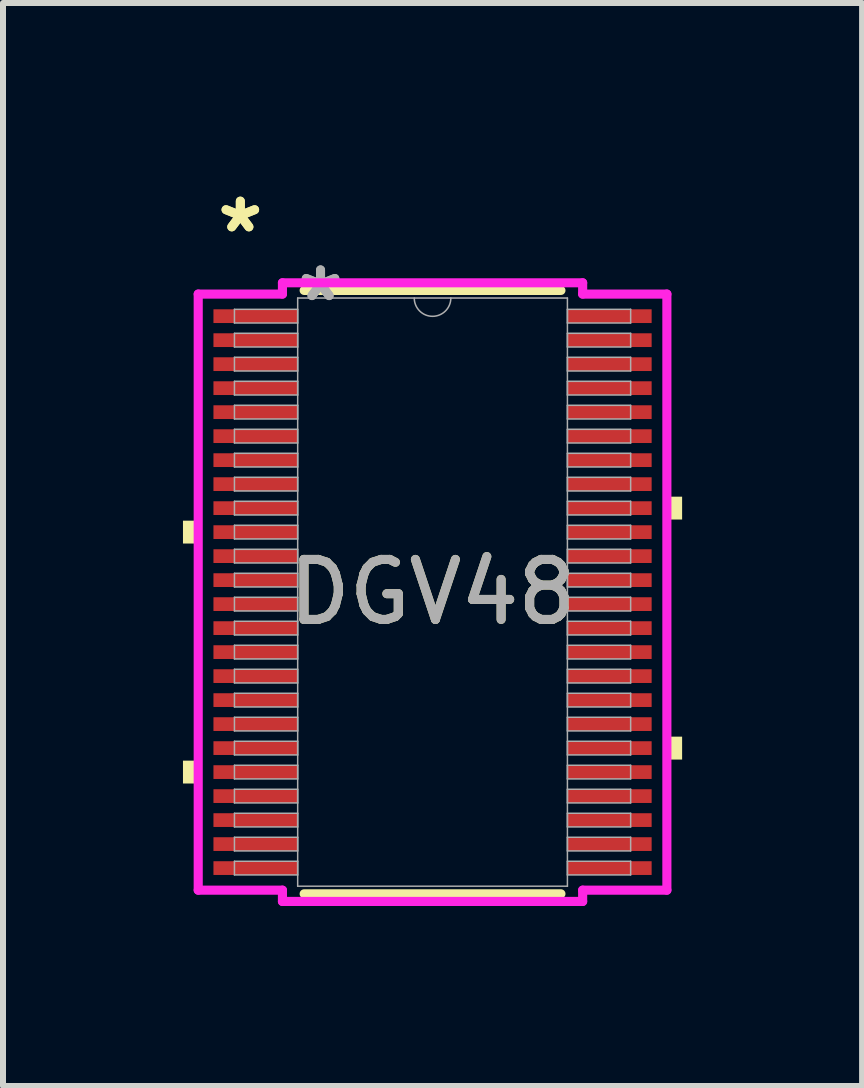
<source format=kicad_pcb>
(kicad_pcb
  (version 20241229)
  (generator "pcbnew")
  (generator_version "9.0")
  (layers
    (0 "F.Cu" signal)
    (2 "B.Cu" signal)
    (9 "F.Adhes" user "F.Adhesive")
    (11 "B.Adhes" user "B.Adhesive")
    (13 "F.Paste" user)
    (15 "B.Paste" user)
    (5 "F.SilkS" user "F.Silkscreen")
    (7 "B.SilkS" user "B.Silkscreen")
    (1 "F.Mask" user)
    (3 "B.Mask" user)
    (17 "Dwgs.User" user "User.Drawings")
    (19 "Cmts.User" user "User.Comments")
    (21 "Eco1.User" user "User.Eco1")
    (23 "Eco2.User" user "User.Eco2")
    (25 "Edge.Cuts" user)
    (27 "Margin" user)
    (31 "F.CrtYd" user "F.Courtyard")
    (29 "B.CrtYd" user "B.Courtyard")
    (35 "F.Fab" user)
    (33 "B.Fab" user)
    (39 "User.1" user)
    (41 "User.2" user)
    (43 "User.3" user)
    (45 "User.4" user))
  (footprint "DGV48"
    (layer "F.Cu")
    (at 4.16 6.82)
    (property "Reference" "DGV48" (at 0 0 0) (unlocked yes) (layer "F.SilkS") (effects (font (size 1 1) (thickness 0.15))))
    (attr smd)
    (fp_line (start -2.14 5.029) (end 2.14 5.029) (stroke (width 0.152) (type solid)) (layer "F.SilkS"))
    (fp_line (start 2.14 -5.029) (end -2.14 -5.029) (stroke (width 0.152) (type solid)) (layer "F.SilkS"))
    (fp_poly (pts (xy -4.16 -1.191) (xy -4.16 -0.81) (xy -3.906 -0.81) (xy -3.906 -1.191)) (stroke (width 0) (type solid)) (fill yes) (layer "F.SilkS"))
    (fp_poly (pts (xy -4.16 2.809) (xy -4.16 3.19) (xy -3.906 3.19) (xy -3.906 2.809)) (stroke (width 0) (type solid)) (fill yes) (layer "F.SilkS"))
    (fp_poly (pts (xy 4.16 -1.591) (xy 4.16 -1.21) (xy 3.906 -1.21) (xy 3.906 -1.591)) (stroke (width 0) (type solid)) (fill yes) (layer "F.SilkS"))
    (fp_poly (pts (xy 4.16 2.409) (xy 4.16 2.791) (xy 3.906 2.791) (xy 3.906 2.409)) (stroke (width 0) (type solid)) (fill yes) (layer "F.SilkS"))
    (fp_line (start -3.906 -4.968) (end -2.502 -4.968) (stroke (width 0.152) (type solid)) (layer "F.CrtYd"))
    (fp_line (start -3.906 4.968) (end -3.906 -4.968) (stroke (width 0.152) (type solid)) (layer "F.CrtYd"))
    (fp_line (start -3.906 4.968) (end -2.502 4.968) (stroke (width 0.152) (type solid)) (layer "F.CrtYd"))
    (fp_line (start -2.502 -5.156) (end 2.502 -5.156) (stroke (width 0.152) (type solid)) (layer "F.CrtYd"))
    (fp_line (start -2.502 -4.968) (end -2.502 -5.156) (stroke (width 0.152) (type solid)) (layer "F.CrtYd"))
    (fp_line (start -2.502 5.156) (end -2.502 4.968) (stroke (width 0.152) (type solid)) (layer "F.CrtYd"))
    (fp_line (start 2.502 -5.156) (end 2.502 -4.968) (stroke (width 0.152) (type solid)) (layer "F.CrtYd"))
    (fp_line (start 2.502 4.968) (end 2.502 5.156) (stroke (width 0.152) (type solid)) (layer "F.CrtYd"))
    (fp_line (start 2.502 5.156) (end -2.502 5.156) (stroke (width 0.152) (type solid)) (layer "F.CrtYd"))
    (fp_line (start 3.906 -4.968) (end 2.502 -4.968) (stroke (width 0.152) (type solid)) (layer "F.CrtYd"))
    (fp_line (start 3.906 -4.968) (end 3.906 4.968) (stroke (width 0.152) (type solid)) (layer "F.CrtYd"))
    (fp_line (start 3.906 4.968) (end 2.502 4.968) (stroke (width 0.152) (type solid)) (layer "F.CrtYd"))
    (fp_line (start -3.302 -4.714) (end -3.302 -4.486) (stroke (width 0.025) (type solid)) (layer "F.Fab"))
    (fp_line (start -3.302 -4.486) (end -2.248 -4.486) (stroke (width 0.025) (type solid)) (layer "F.Fab"))
    (fp_line (start -3.302 -4.314) (end -3.302 -4.086) (stroke (width 0.025) (type solid)) (layer "F.Fab"))
    (fp_line (start -3.302 -4.086) (end -2.248 -4.086) (stroke (width 0.025) (type solid)) (layer "F.Fab"))
    (fp_line (start -3.302 -3.914) (end -3.302 -3.686) (stroke (width 0.025) (type solid)) (layer "F.Fab"))
    (fp_line (start -3.302 -3.686) (end -2.248 -3.686) (stroke (width 0.025) (type solid)) (layer "F.Fab"))
    (fp_line (start -3.302 -3.514) (end -3.302 -3.286) (stroke (width 0.025) (type solid)) (layer "F.Fab"))
    (fp_line (start -3.302 -3.286) (end -2.248 -3.286) (stroke (width 0.025) (type solid)) (layer "F.Fab"))
    (fp_line (start -3.302 -3.114) (end -3.302 -2.886) (stroke (width 0.025) (type solid)) (layer "F.Fab"))
    (fp_line (start -3.302 -2.886) (end -2.248 -2.886) (stroke (width 0.025) (type solid)) (layer "F.Fab"))
    (fp_line (start -3.302 -2.714) (end -3.302 -2.486) (stroke (width 0.025) (type solid)) (layer "F.Fab"))
    (fp_line (start -3.302 -2.486) (end -2.248 -2.486) (stroke (width 0.025) (type solid)) (layer "F.Fab"))
    (fp_line (start -3.302 -2.314) (end -3.302 -2.086) (stroke (width 0.025) (type solid)) (layer "F.Fab"))
    (fp_line (start -3.302 -2.086) (end -2.248 -2.086) (stroke (width 0.025) (type solid)) (layer "F.Fab"))
    (fp_line (start -3.302 -1.914) (end -3.302 -1.686) (stroke (width 0.025) (type solid)) (layer "F.Fab"))
    (fp_line (start -3.302 -1.686) (end -2.248 -1.686) (stroke (width 0.025) (type solid)) (layer "F.Fab"))
    (fp_line (start -3.302 -1.514) (end -3.302 -1.286) (stroke (width 0.025) (type solid)) (layer "F.Fab"))
    (fp_line (start -3.302 -1.286) (end -2.248 -1.286) (stroke (width 0.025) (type solid)) (layer "F.Fab"))
    (fp_line (start -3.302 -1.114) (end -3.302 -0.886) (stroke (width 0.025) (type solid)) (layer "F.Fab"))
    (fp_line (start -3.302 -0.886) (end -2.248 -0.886) (stroke (width 0.025) (type solid)) (layer "F.Fab"))
    (fp_line (start -3.302 -0.714) (end -3.302 -0.486) (stroke (width 0.025) (type solid)) (layer "F.Fab"))
    (fp_line (start -3.302 -0.486) (end -2.248 -0.486) (stroke (width 0.025) (type solid)) (layer "F.Fab"))
    (fp_line (start -3.302 -0.314) (end -3.302 -0.086) (stroke (width 0.025) (type solid)) (layer "F.Fab"))
    (fp_line (start -3.302 -0.086) (end -2.248 -0.086) (stroke (width 0.025) (type solid)) (layer "F.Fab"))
    (fp_line (start -3.302 0.086) (end -3.302 0.314) (stroke (width 0.025) (type solid)) (layer "F.Fab"))
    (fp_line (start -3.302 0.314) (end -2.248 0.314) (stroke (width 0.025) (type solid)) (layer "F.Fab"))
    (fp_line (start -3.302 0.486) (end -3.302 0.714) (stroke (width 0.025) (type solid)) (layer "F.Fab"))
    (fp_line (start -3.302 0.714) (end -2.248 0.714) (stroke (width 0.025) (type solid)) (layer "F.Fab"))
    (fp_line (start -3.302 0.886) (end -3.302 1.114) (stroke (width 0.025) (type solid)) (layer "F.Fab"))
    (fp_line (start -3.302 1.114) (end -2.248 1.114) (stroke (width 0.025) (type solid)) (layer "F.Fab"))
    (fp_line (start -3.302 1.286) (end -3.302 1.514) (stroke (width 0.025) (type solid)) (layer "F.Fab"))
    (fp_line (start -3.302 1.514) (end -2.248 1.514) (stroke (width 0.025) (type solid)) (layer "F.Fab"))
    (fp_line (start -3.302 1.686) (end -3.302 1.914) (stroke (width 0.025) (type solid)) (layer "F.Fab"))
    (fp_line (start -3.302 1.914) (end -2.248 1.914) (stroke (width 0.025) (type solid)) (layer "F.Fab"))
    (fp_line (start -3.302 2.086) (end -3.302 2.314) (stroke (width 0.025) (type solid)) (layer "F.Fab"))
    (fp_line (start -3.302 2.314) (end -2.248 2.314) (stroke (width 0.025) (type solid)) (layer "F.Fab"))
    (fp_line (start -3.302 2.486) (end -3.302 2.714) (stroke (width 0.025) (type solid)) (layer "F.Fab"))
    (fp_line (start -3.302 2.714) (end -2.248 2.714) (stroke (width 0.025) (type solid)) (layer "F.Fab"))
    (fp_line (start -3.302 2.886) (end -3.302 3.114) (stroke (width 0.025) (type solid)) (layer "F.Fab"))
    (fp_line (start -3.302 3.114) (end -2.248 3.114) (stroke (width 0.025) (type solid)) (layer "F.Fab"))
    (fp_line (start -3.302 3.286) (end -3.302 3.514) (stroke (width 0.025) (type solid)) (layer "F.Fab"))
    (fp_line (start -3.302 3.514) (end -2.248 3.514) (stroke (width 0.025) (type solid)) (layer "F.Fab"))
    (fp_line (start -3.302 3.686) (end -3.302 3.914) (stroke (width 0.025) (type solid)) (layer "F.Fab"))
    (fp_line (start -3.302 3.914) (end -2.248 3.914) (stroke (width 0.025) (type solid)) (layer "F.Fab"))
    (fp_line (start -3.302 4.086) (end -3.302 4.314) (stroke (width 0.025) (type solid)) (layer "F.Fab"))
    (fp_line (start -3.302 4.314) (end -2.248 4.314) (stroke (width 0.025) (type solid)) (layer "F.Fab"))
    (fp_line (start -3.302 4.486) (end -3.302 4.714) (stroke (width 0.025) (type solid)) (layer "F.Fab"))
    (fp_line (start -3.302 4.714) (end -2.248 4.714) (stroke (width 0.025) (type solid)) (layer "F.Fab"))
    (fp_line (start -2.248 -4.902) (end -2.248 4.902) (stroke (width 0.025) (type solid)) (layer "F.Fab"))
    (fp_line (start -2.248 -4.714) (end -3.302 -4.714) (stroke (width 0.025) (type solid)) (layer "F.Fab"))
    (fp_line (start -2.248 -4.486) (end -2.248 -4.714) (stroke (width 0.025) (type solid)) (layer "F.Fab"))
    (fp_line (start -2.248 -4.314) (end -3.302 -4.314) (stroke (width 0.025) (type solid)) (layer "F.Fab"))
    (fp_line (start -2.248 -4.086) (end -2.248 -4.314) (stroke (width 0.025) (type solid)) (layer "F.Fab"))
    (fp_line (start -2.248 -3.914) (end -3.302 -3.914) (stroke (width 0.025) (type solid)) (layer "F.Fab"))
    (fp_line (start -2.248 -3.686) (end -2.248 -3.914) (stroke (width 0.025) (type solid)) (layer "F.Fab"))
    (fp_line (start -2.248 -3.514) (end -3.302 -3.514) (stroke (width 0.025) (type solid)) (layer "F.Fab"))
    (fp_line (start -2.248 -3.286) (end -2.248 -3.514) (stroke (width 0.025) (type solid)) (layer "F.Fab"))
    (fp_line (start -2.248 -3.114) (end -3.302 -3.114) (stroke (width 0.025) (type solid)) (layer "F.Fab"))
    (fp_line (start -2.248 -2.886) (end -2.248 -3.114) (stroke (width 0.025) (type solid)) (layer "F.Fab"))
    (fp_line (start -2.248 -2.714) (end -3.302 -2.714) (stroke (width 0.025) (type solid)) (layer "F.Fab"))
    (fp_line (start -2.248 -2.486) (end -2.248 -2.714) (stroke (width 0.025) (type solid)) (layer "F.Fab"))
    (fp_line (start -2.248 -2.314) (end -3.302 -2.314) (stroke (width 0.025) (type solid)) (layer "F.Fab"))
    (fp_line (start -2.248 -2.086) (end -2.248 -2.314) (stroke (width 0.025) (type solid)) (layer "F.Fab"))
    (fp_line (start -2.248 -1.914) (end -3.302 -1.914) (stroke (width 0.025) (type solid)) (layer "F.Fab"))
    (fp_line (start -2.248 -1.686) (end -2.248 -1.914) (stroke (width 0.025) (type solid)) (layer "F.Fab"))
    (fp_line (start -2.248 -1.514) (end -3.302 -1.514) (stroke (width 0.025) (type solid)) (layer "F.Fab"))
    (fp_line (start -2.248 -1.286) (end -2.248 -1.514) (stroke (width 0.025) (type solid)) (layer "F.Fab"))
    (fp_line (start -2.248 -1.114) (end -3.302 -1.114) (stroke (width 0.025) (type solid)) (layer "F.Fab"))
    (fp_line (start -2.248 -0.886) (end -2.248 -1.114) (stroke (width 0.025) (type solid)) (layer "F.Fab"))
    (fp_line (start -2.248 -0.714) (end -3.302 -0.714) (stroke (width 0.025) (type solid)) (layer "F.Fab"))
    (fp_line (start -2.248 -0.486) (end -2.248 -0.714) (stroke (width 0.025) (type solid)) (layer "F.Fab"))
    (fp_line (start -2.248 -0.314) (end -3.302 -0.314) (stroke (width 0.025) (type solid)) (layer "F.Fab"))
    (fp_line (start -2.248 -0.086) (end -2.248 -0.314) (stroke (width 0.025) (type solid)) (layer "F.Fab"))
    (fp_line (start -2.248 0.086) (end -3.302 0.086) (stroke (width 0.025) (type solid)) (layer "F.Fab"))
    (fp_line (start -2.248 0.314) (end -2.248 0.086) (stroke (width 0.025) (type solid)) (layer "F.Fab"))
    (fp_line (start -2.248 0.486) (end -3.302 0.486) (stroke (width 0.025) (type solid)) (layer "F.Fab"))
    (fp_line (start -2.248 0.714) (end -2.248 0.486) (stroke (width 0.025) (type solid)) (layer "F.Fab"))
    (fp_line (start -2.248 0.886) (end -3.302 0.886) (stroke (width 0.025) (type solid)) (layer "F.Fab"))
    (fp_line (start -2.248 1.114) (end -2.248 0.886) (stroke (width 0.025) (type solid)) (layer "F.Fab"))
    (fp_line (start -2.248 1.286) (end -3.302 1.286) (stroke (width 0.025) (type solid)) (layer "F.Fab"))
    (fp_line (start -2.248 1.514) (end -2.248 1.286) (stroke (width 0.025) (type solid)) (layer "F.Fab"))
    (fp_line (start -2.248 1.686) (end -3.302 1.686) (stroke (width 0.025) (type solid)) (layer "F.Fab"))
    (fp_line (start -2.248 1.914) (end -2.248 1.686) (stroke (width 0.025) (type solid)) (layer "F.Fab"))
    (fp_line (start -2.248 2.086) (end -3.302 2.086) (stroke (width 0.025) (type solid)) (layer "F.Fab"))
    (fp_line (start -2.248 2.314) (end -2.248 2.086) (stroke (width 0.025) (type solid)) (layer "F.Fab"))
    (fp_line (start -2.248 2.486) (end -3.302 2.486) (stroke (width 0.025) (type solid)) (layer "F.Fab"))
    (fp_line (start -2.248 2.714) (end -2.248 2.486) (stroke (width 0.025) (type solid)) (layer "F.Fab"))
    (fp_line (start -2.248 2.886) (end -3.302 2.886) (stroke (width 0.025) (type solid)) (layer "F.Fab"))
    (fp_line (start -2.248 3.114) (end -2.248 2.886) (stroke (width 0.025) (type solid)) (layer "F.Fab"))
    (fp_line (start -2.248 3.286) (end -3.302 3.286) (stroke (width 0.025) (type solid)) (layer "F.Fab"))
    (fp_line (start -2.248 3.514) (end -2.248 3.286) (stroke (width 0.025) (type solid)) (layer "F.Fab"))
    (fp_line (start -2.248 3.686) (end -3.302 3.686) (stroke (width 0.025) (type solid)) (layer "F.Fab"))
    (fp_line (start -2.248 3.914) (end -2.248 3.686) (stroke (width 0.025) (type solid)) (layer "F.Fab"))
    (fp_line (start -2.248 4.086) (end -3.302 4.086) (stroke (width 0.025) (type solid)) (layer "F.Fab"))
    (fp_line (start -2.248 4.314) (end -2.248 4.086) (stroke (width 0.025) (type solid)) (layer "F.Fab"))
    (fp_line (start -2.248 4.486) (end -3.302 4.486) (stroke (width 0.025) (type solid)) (layer "F.Fab"))
    (fp_line (start -2.248 4.714) (end -2.248 4.486) (stroke (width 0.025) (type solid)) (layer "F.Fab"))
    (fp_line (start -2.248 4.902) (end 2.248 4.902) (stroke (width 0.025) (type solid)) (layer "F.Fab"))
    (fp_line (start 2.248 -4.902) (end -2.248 -4.902) (stroke (width 0.025) (type solid)) (layer "F.Fab"))
    (fp_line (start 2.248 -4.714) (end 2.248 -4.486) (stroke (width 0.025) (type solid)) (layer "F.Fab"))
    (fp_line (start 2.248 -4.486) (end 3.302 -4.486) (stroke (width 0.025) (type solid)) (layer "F.Fab"))
    (fp_line (start 2.248 -4.314) (end 2.248 -4.086) (stroke (width 0.025) (type solid)) (layer "F.Fab"))
    (fp_line (start 2.248 -4.086) (end 3.302 -4.086) (stroke (width 0.025) (type solid)) (layer "F.Fab"))
    (fp_line (start 2.248 -3.914) (end 2.248 -3.686) (stroke (width 0.025) (type solid)) (layer "F.Fab"))
    (fp_line (start 2.248 -3.686) (end 3.302 -3.686) (stroke (width 0.025) (type solid)) (layer "F.Fab"))
    (fp_line (start 2.248 -3.514) (end 2.248 -3.286) (stroke (width 0.025) (type solid)) (layer "F.Fab"))
    (fp_line (start 2.248 -3.286) (end 3.302 -3.286) (stroke (width 0.025) (type solid)) (layer "F.Fab"))
    (fp_line (start 2.248 -3.114) (end 2.248 -2.886) (stroke (width 0.025) (type solid)) (layer "F.Fab"))
    (fp_line (start 2.248 -2.886) (end 3.302 -2.886) (stroke (width 0.025) (type solid)) (layer "F.Fab"))
    (fp_line (start 2.248 -2.714) (end 2.248 -2.486) (stroke (width 0.025) (type solid)) (layer "F.Fab"))
    (fp_line (start 2.248 -2.486) (end 3.302 -2.486) (stroke (width 0.025) (type solid)) (layer "F.Fab"))
    (fp_line (start 2.248 -2.314) (end 2.248 -2.086) (stroke (width 0.025) (type solid)) (layer "F.Fab"))
    (fp_line (start 2.248 -2.086) (end 3.302 -2.086) (stroke (width 0.025) (type solid)) (layer "F.Fab"))
    (fp_line (start 2.248 -1.914) (end 2.248 -1.686) (stroke (width 0.025) (type solid)) (layer "F.Fab"))
    (fp_line (start 2.248 -1.686) (end 3.302 -1.686) (stroke (width 0.025) (type solid)) (layer "F.Fab"))
    (fp_line (start 2.248 -1.514) (end 2.248 -1.286) (stroke (width 0.025) (type solid)) (layer "F.Fab"))
    (fp_line (start 2.248 -1.286) (end 3.302 -1.286) (stroke (width 0.025) (type solid)) (layer "F.Fab"))
    (fp_line (start 2.248 -1.114) (end 2.248 -0.886) (stroke (width 0.025) (type solid)) (layer "F.Fab"))
    (fp_line (start 2.248 -0.886) (end 3.302 -0.886) (stroke (width 0.025) (type solid)) (layer "F.Fab"))
    (fp_line (start 2.248 -0.714) (end 2.248 -0.486) (stroke (width 0.025) (type solid)) (layer "F.Fab"))
    (fp_line (start 2.248 -0.486) (end 3.302 -0.486) (stroke (width 0.025) (type solid)) (layer "F.Fab"))
    (fp_line (start 2.248 -0.314) (end 2.248 -0.086) (stroke (width 0.025) (type solid)) (layer "F.Fab"))
    (fp_line (start 2.248 -0.086) (end 3.302 -0.086) (stroke (width 0.025) (type solid)) (layer "F.Fab"))
    (fp_line (start 2.248 0.086) (end 2.248 0.314) (stroke (width 0.025) (type solid)) (layer "F.Fab"))
    (fp_line (start 2.248 0.314) (end 3.302 0.314) (stroke (width 0.025) (type solid)) (layer "F.Fab"))
    (fp_line (start 2.248 0.486) (end 2.248 0.714) (stroke (width 0.025) (type solid)) (layer "F.Fab"))
    (fp_line (start 2.248 0.714) (end 3.302 0.714) (stroke (width 0.025) (type solid)) (layer "F.Fab"))
    (fp_line (start 2.248 0.886) (end 2.248 1.114) (stroke (width 0.025) (type solid)) (layer "F.Fab"))
    (fp_line (start 2.248 1.114) (end 3.302 1.114) (stroke (width 0.025) (type solid)) (layer "F.Fab"))
    (fp_line (start 2.248 1.286) (end 2.248 1.514) (stroke (width 0.025) (type solid)) (layer "F.Fab"))
    (fp_line (start 2.248 1.514) (end 3.302 1.514) (stroke (width 0.025) (type solid)) (layer "F.Fab"))
    (fp_line (start 2.248 1.686) (end 2.248 1.914) (stroke (width 0.025) (type solid)) (layer "F.Fab"))
    (fp_line (start 2.248 1.914) (end 3.302 1.914) (stroke (width 0.025) (type solid)) (layer "F.Fab"))
    (fp_line (start 2.248 2.086) (end 2.248 2.314) (stroke (width 0.025) (type solid)) (layer "F.Fab"))
    (fp_line (start 2.248 2.314) (end 3.302 2.314) (stroke (width 0.025) (type solid)) (layer "F.Fab"))
    (fp_line (start 2.248 2.486) (end 2.248 2.714) (stroke (width 0.025) (type solid)) (layer "F.Fab"))
    (fp_line (start 2.248 2.714) (end 3.302 2.714) (stroke (width 0.025) (type solid)) (layer "F.Fab"))
    (fp_line (start 2.248 2.886) (end 2.248 3.114) (stroke (width 0.025) (type solid)) (layer "F.Fab"))
    (fp_line (start 2.248 3.114) (end 3.302 3.114) (stroke (width 0.025) (type solid)) (layer "F.Fab"))
    (fp_line (start 2.248 3.286) (end 2.248 3.514) (stroke (width 0.025) (type solid)) (layer "F.Fab"))
    (fp_line (start 2.248 3.514) (end 3.302 3.514) (stroke (width 0.025) (type solid)) (layer "F.Fab"))
    (fp_line (start 2.248 3.686) (end 2.248 3.914) (stroke (width 0.025) (type solid)) (layer "F.Fab"))
    (fp_line (start 2.248 3.914) (end 3.302 3.914) (stroke (width 0.025) (type solid)) (layer "F.Fab"))
    (fp_line (start 2.248 4.086) (end 2.248 4.314) (stroke (width 0.025) (type solid)) (layer "F.Fab"))
    (fp_line (start 2.248 4.314) (end 3.302 4.314) (stroke (width 0.025) (type solid)) (layer "F.Fab"))
    (fp_line (start 2.248 4.486) (end 2.248 4.714) (stroke (width 0.025) (type solid)) (layer "F.Fab"))
    (fp_line (start 2.248 4.714) (end 3.302 4.714) (stroke (width 0.025) (type solid)) (layer "F.Fab"))
    (fp_line (start 2.248 4.902) (end 2.248 -4.902) (stroke (width 0.025) (type solid)) (layer "F.Fab"))
    (fp_line (start 3.302 -4.714) (end 2.248 -4.714) (stroke (width 0.025) (type solid)) (layer "F.Fab"))
    (fp_line (start 3.302 -4.486) (end 3.302 -4.714) (stroke (width 0.025) (type solid)) (layer "F.Fab"))
    (fp_line (start 3.302 -4.314) (end 2.248 -4.314) (stroke (width 0.025) (type solid)) (layer "F.Fab"))
    (fp_line (start 3.302 -4.086) (end 3.302 -4.314) (stroke (width 0.025) (type solid)) (layer "F.Fab"))
    (fp_line (start 3.302 -3.914) (end 2.248 -3.914) (stroke (width 0.025) (type solid)) (layer "F.Fab"))
    (fp_line (start 3.302 -3.686) (end 3.302 -3.914) (stroke (width 0.025) (type solid)) (layer "F.Fab"))
    (fp_line (start 3.302 -3.514) (end 2.248 -3.514) (stroke (width 0.025) (type solid)) (layer "F.Fab"))
    (fp_line (start 3.302 -3.286) (end 3.302 -3.514) (stroke (width 0.025) (type solid)) (layer "F.Fab"))
    (fp_line (start 3.302 -3.114) (end 2.248 -3.114) (stroke (width 0.025) (type solid)) (layer "F.Fab"))
    (fp_line (start 3.302 -2.886) (end 3.302 -3.114) (stroke (width 0.025) (type solid)) (layer "F.Fab"))
    (fp_line (start 3.302 -2.714) (end 2.248 -2.714) (stroke (width 0.025) (type solid)) (layer "F.Fab"))
    (fp_line (start 3.302 -2.486) (end 3.302 -2.714) (stroke (width 0.025) (type solid)) (layer "F.Fab"))
    (fp_line (start 3.302 -2.314) (end 2.248 -2.314) (stroke (width 0.025) (type solid)) (layer "F.Fab"))
    (fp_line (start 3.302 -2.086) (end 3.302 -2.314) (stroke (width 0.025) (type solid)) (layer "F.Fab"))
    (fp_line (start 3.302 -1.914) (end 2.248 -1.914) (stroke (width 0.025) (type solid)) (layer "F.Fab"))
    (fp_line (start 3.302 -1.686) (end 3.302 -1.914) (stroke (width 0.025) (type solid)) (layer "F.Fab"))
    (fp_line (start 3.302 -1.514) (end 2.248 -1.514) (stroke (width 0.025) (type solid)) (layer "F.Fab"))
    (fp_line (start 3.302 -1.286) (end 3.302 -1.514) (stroke (width 0.025) (type solid)) (layer "F.Fab"))
    (fp_line (start 3.302 -1.114) (end 2.248 -1.114) (stroke (width 0.025) (type solid)) (layer "F.Fab"))
    (fp_line (start 3.302 -0.886) (end 3.302 -1.114) (stroke (width 0.025) (type solid)) (layer "F.Fab"))
    (fp_line (start 3.302 -0.714) (end 2.248 -0.714) (stroke (width 0.025) (type solid)) (layer "F.Fab"))
    (fp_line (start 3.302 -0.486) (end 3.302 -0.714) (stroke (width 0.025) (type solid)) (layer "F.Fab"))
    (fp_line (start 3.302 -0.314) (end 2.248 -0.314) (stroke (width 0.025) (type solid)) (layer "F.Fab"))
    (fp_line (start 3.302 -0.086) (end 3.302 -0.314) (stroke (width 0.025) (type solid)) (layer "F.Fab"))
    (fp_line (start 3.302 0.086) (end 2.248 0.086) (stroke (width 0.025) (type solid)) (layer "F.Fab"))
    (fp_line (start 3.302 0.314) (end 3.302 0.086) (stroke (width 0.025) (type solid)) (layer "F.Fab"))
    (fp_line (start 3.302 0.486) (end 2.248 0.486) (stroke (width 0.025) (type solid)) (layer "F.Fab"))
    (fp_line (start 3.302 0.714) (end 3.302 0.486) (stroke (width 0.025) (type solid)) (layer "F.Fab"))
    (fp_line (start 3.302 0.886) (end 2.248 0.886) (stroke (width 0.025) (type solid)) (layer "F.Fab"))
    (fp_line (start 3.302 1.114) (end 3.302 0.886) (stroke (width 0.025) (type solid)) (layer "F.Fab"))
    (fp_line (start 3.302 1.286) (end 2.248 1.286) (stroke (width 0.025) (type solid)) (layer "F.Fab"))
    (fp_line (start 3.302 1.514) (end 3.302 1.286) (stroke (width 0.025) (type solid)) (layer "F.Fab"))
    (fp_line (start 3.302 1.686) (end 2.248 1.686) (stroke (width 0.025) (type solid)) (layer "F.Fab"))
    (fp_line (start 3.302 1.914) (end 3.302 1.686) (stroke (width 0.025) (type solid)) (layer "F.Fab"))
    (fp_line (start 3.302 2.086) (end 2.248 2.086) (stroke (width 0.025) (type solid)) (layer "F.Fab"))
    (fp_line (start 3.302 2.314) (end 3.302 2.086) (stroke (width 0.025) (type solid)) (layer "F.Fab"))
    (fp_line (start 3.302 2.486) (end 2.248 2.486) (stroke (width 0.025) (type solid)) (layer "F.Fab"))
    (fp_line (start 3.302 2.714) (end 3.302 2.486) (stroke (width 0.025) (type solid)) (layer "F.Fab"))
    (fp_line (start 3.302 2.886) (end 2.248 2.886) (stroke (width 0.025) (type solid)) (layer "F.Fab"))
    (fp_line (start 3.302 3.114) (end 3.302 2.886) (stroke (width 0.025) (type solid)) (layer "F.Fab"))
    (fp_line (start 3.302 3.286) (end 2.248 3.286) (stroke (width 0.025) (type solid)) (layer "F.Fab"))
    (fp_line (start 3.302 3.514) (end 3.302 3.286) (stroke (width 0.025) (type solid)) (layer "F.Fab"))
    (fp_line (start 3.302 3.686) (end 2.248 3.686) (stroke (width 0.025) (type solid)) (layer "F.Fab"))
    (fp_line (start 3.302 3.914) (end 3.302 3.686) (stroke (width 0.025) (type solid)) (layer "F.Fab"))
    (fp_line (start 3.302 4.086) (end 2.248 4.086) (stroke (width 0.025) (type solid)) (layer "F.Fab"))
    (fp_line (start 3.302 4.314) (end 3.302 4.086) (stroke (width 0.025) (type solid)) (layer "F.Fab"))
    (fp_line (start 3.302 4.486) (end 2.248 4.486) (stroke (width 0.025) (type solid)) (layer "F.Fab"))
    (fp_line (start 3.302 4.714) (end 3.302 4.486) (stroke (width 0.025) (type solid)) (layer "F.Fab"))
    (fp_arc (start 0.3048 -4.9022) (mid 0 -4.5974) (end -0.3048 -4.9022) (stroke (width 0.0254) (type solid)) (layer "F.Fab"))
    (fp_text user "*" (at -3.204 -5.972 0) (unlocked yes) (layer "F.SilkS") (effects (font (size 1 1) (thickness 0.15))))
    (fp_text user "*" (at -3.204 -5.972 0) (layer "F.SilkS") (effects (font (size 1 1) (thickness 0.15))))
    (fp_text user "${REFERENCE}" (at 0 0 0) (unlocked yes) (layer "F.Fab") (effects (font (size 1 1) (thickness 0.15))))
    (fp_text user "*" (at -1.867 -4.826 0) (layer "F.Fab") (effects (font (size 1 1) (thickness 0.15))))
    (fp_text user "*" (at -1.867 -4.826 0) (unlocked yes) (layer "F.Fab") (effects (font (size 1 1) (thickness 0.15))))
    (pad "1" smd rect (at -2.95 -4.6) (size 1.404 0.229) (layers "F.Cu" "F.Mask" "F.Paste"))
    (pad "2" smd rect (at -2.95 -4.2) (size 1.404 0.229) (layers "F.Cu" "F.Mask" "F.Paste"))
    (pad "3" smd rect (at -2.95 -3.8) (size 1.404 0.229) (layers "F.Cu" "F.Mask" "F.Paste"))
    (pad "4" smd rect (at -2.95 -3.4) (size 1.404 0.229) (layers "F.Cu" "F.Mask" "F.Paste"))
    (pad "5" smd rect (at -2.95 -3) (size 1.404 0.229) (layers "F.Cu" "F.Mask" "F.Paste"))
    (pad "6" smd rect (at -2.95 -2.6) (size 1.404 0.229) (layers "F.Cu" "F.Mask" "F.Paste"))
    (pad "7" smd rect (at -2.95 -2.2) (size 1.404 0.229) (layers "F.Cu" "F.Mask" "F.Paste"))
    (pad "8" smd rect (at -2.95 -1.8) (size 1.404 0.229) (layers "F.Cu" "F.Mask" "F.Paste"))
    (pad "9" smd rect (at -2.95 -1.4) (size 1.404 0.229) (layers "F.Cu" "F.Mask" "F.Paste"))
    (pad "10" smd rect (at -2.95 -1) (size 1.404 0.229) (layers "F.Cu" "F.Mask" "F.Paste"))
    (pad "11" smd rect (at -2.95 -0.6) (size 1.404 0.229) (layers "F.Cu" "F.Mask" "F.Paste"))
    (pad "12" smd rect (at -2.95 -0.2) (size 1.404 0.229) (layers "F.Cu" "F.Mask" "F.Paste"))
    (pad "13" smd rect (at -2.95 0.2) (size 1.404 0.229) (layers "F.Cu" "F.Mask" "F.Paste"))
    (pad "14" smd rect (at -2.95 0.6) (size 1.404 0.229) (layers "F.Cu" "F.Mask" "F.Paste"))
    (pad "15" smd rect (at -2.95 1) (size 1.404 0.229) (layers "F.Cu" "F.Mask" "F.Paste"))
    (pad "16" smd rect (at -2.95 1.4) (size 1.404 0.229) (layers "F.Cu" "F.Mask" "F.Paste"))
    (pad "17" smd rect (at -2.95 1.8) (size 1.404 0.229) (layers "F.Cu" "F.Mask" "F.Paste"))
    (pad "18" smd rect (at -2.95 2.2) (size 1.404 0.229) (layers "F.Cu" "F.Mask" "F.Paste"))
    (pad "19" smd rect (at -2.95 2.6) (size 1.404 0.229) (layers "F.Cu" "F.Mask" "F.Paste"))
    (pad "20" smd rect (at -2.95 3) (size 1.404 0.229) (layers "F.Cu" "F.Mask" "F.Paste"))
    (pad "21" smd rect (at -2.95 3.4) (size 1.404 0.229) (layers "F.Cu" "F.Mask" "F.Paste"))
    (pad "22" smd rect (at -2.95 3.8) (size 1.404 0.229) (layers "F.Cu" "F.Mask" "F.Paste"))
    (pad "23" smd rect (at -2.95 4.2) (size 1.404 0.229) (layers "F.Cu" "F.Mask" "F.Paste"))
    (pad "24" smd rect (at -2.95 4.6) (size 1.404 0.229) (layers "F.Cu" "F.Mask" "F.Paste"))
    (pad "25" smd rect (at 2.95 4.6) (size 1.404 0.229) (layers "F.Cu" "F.Mask" "F.Paste"))
    (pad "26" smd rect (at 2.95 4.2) (size 1.404 0.229) (layers "F.Cu" "F.Mask" "F.Paste"))
    (pad "27" smd rect (at 2.95 3.8) (size 1.404 0.229) (layers "F.Cu" "F.Mask" "F.Paste"))
    (pad "28" smd rect (at 2.95 3.4) (size 1.404 0.229) (layers "F.Cu" "F.Mask" "F.Paste"))
    (pad "29" smd rect (at 2.95 3) (size 1.404 0.229) (layers "F.Cu" "F.Mask" "F.Paste"))
    (pad "30" smd rect (at 2.95 2.6) (size 1.404 0.229) (layers "F.Cu" "F.Mask" "F.Paste"))
    (pad "31" smd rect (at 2.95 2.2) (size 1.404 0.229) (layers "F.Cu" "F.Mask" "F.Paste"))
    (pad "32" smd rect (at 2.95 1.8) (size 1.404 0.229) (layers "F.Cu" "F.Mask" "F.Paste"))
    (pad "33" smd rect (at 2.95 1.4) (size 1.404 0.229) (layers "F.Cu" "F.Mask" "F.Paste"))
    (pad "34" smd rect (at 2.95 1) (size 1.404 0.229) (layers "F.Cu" "F.Mask" "F.Paste"))
    (pad "35" smd rect (at 2.95 0.6) (size 1.404 0.229) (layers "F.Cu" "F.Mask" "F.Paste"))
    (pad "36" smd rect (at 2.95 0.2) (size 1.404 0.229) (layers "F.Cu" "F.Mask" "F.Paste"))
    (pad "37" smd rect (at 2.95 -0.2) (size 1.404 0.229) (layers "F.Cu" "F.Mask" "F.Paste"))
    (pad "38" smd rect (at 2.95 -0.6) (size 1.404 0.229) (layers "F.Cu" "F.Mask" "F.Paste"))
    (pad "39" smd rect (at 2.95 -1) (size 1.404 0.229) (layers "F.Cu" "F.Mask" "F.Paste"))
    (pad "40" smd rect (at 2.95 -1.4) (size 1.404 0.229) (layers "F.Cu" "F.Mask" "F.Paste"))
    (pad "41" smd rect (at 2.95 -1.8) (size 1.404 0.229) (layers "F.Cu" "F.Mask" "F.Paste"))
    (pad "42" smd rect (at 2.95 -2.2) (size 1.404 0.229) (layers "F.Cu" "F.Mask" "F.Paste"))
    (pad "43" smd rect (at 2.95 -2.6) (size 1.404 0.229) (layers "F.Cu" "F.Mask" "F.Paste"))
    (pad "44" smd rect (at 2.95 -3) (size 1.404 0.229) (layers "F.Cu" "F.Mask" "F.Paste"))
    (pad "45" smd rect (at 2.95 -3.4) (size 1.404 0.229) (layers "F.Cu" "F.Mask" "F.Paste"))
    (pad "46" smd rect (at 2.95 -3.8) (size 1.404 0.229) (layers "F.Cu" "F.Mask" "F.Paste"))
    (pad "47" smd rect (at 2.95 -4.2) (size 1.404 0.229) (layers "F.Cu" "F.Mask" "F.Paste"))
    (pad "48" smd rect (at 2.95 -4.6) (size 1.404 0.229) (layers "F.Cu" "F.Mask" "F.Paste")))
  (gr_rect
    (start -3 -3)
    (end 11.32 15.052)
    (stroke (width 0.1) (type default))
    (fill no)
    (layer "Edge.Cuts")))
</source>
